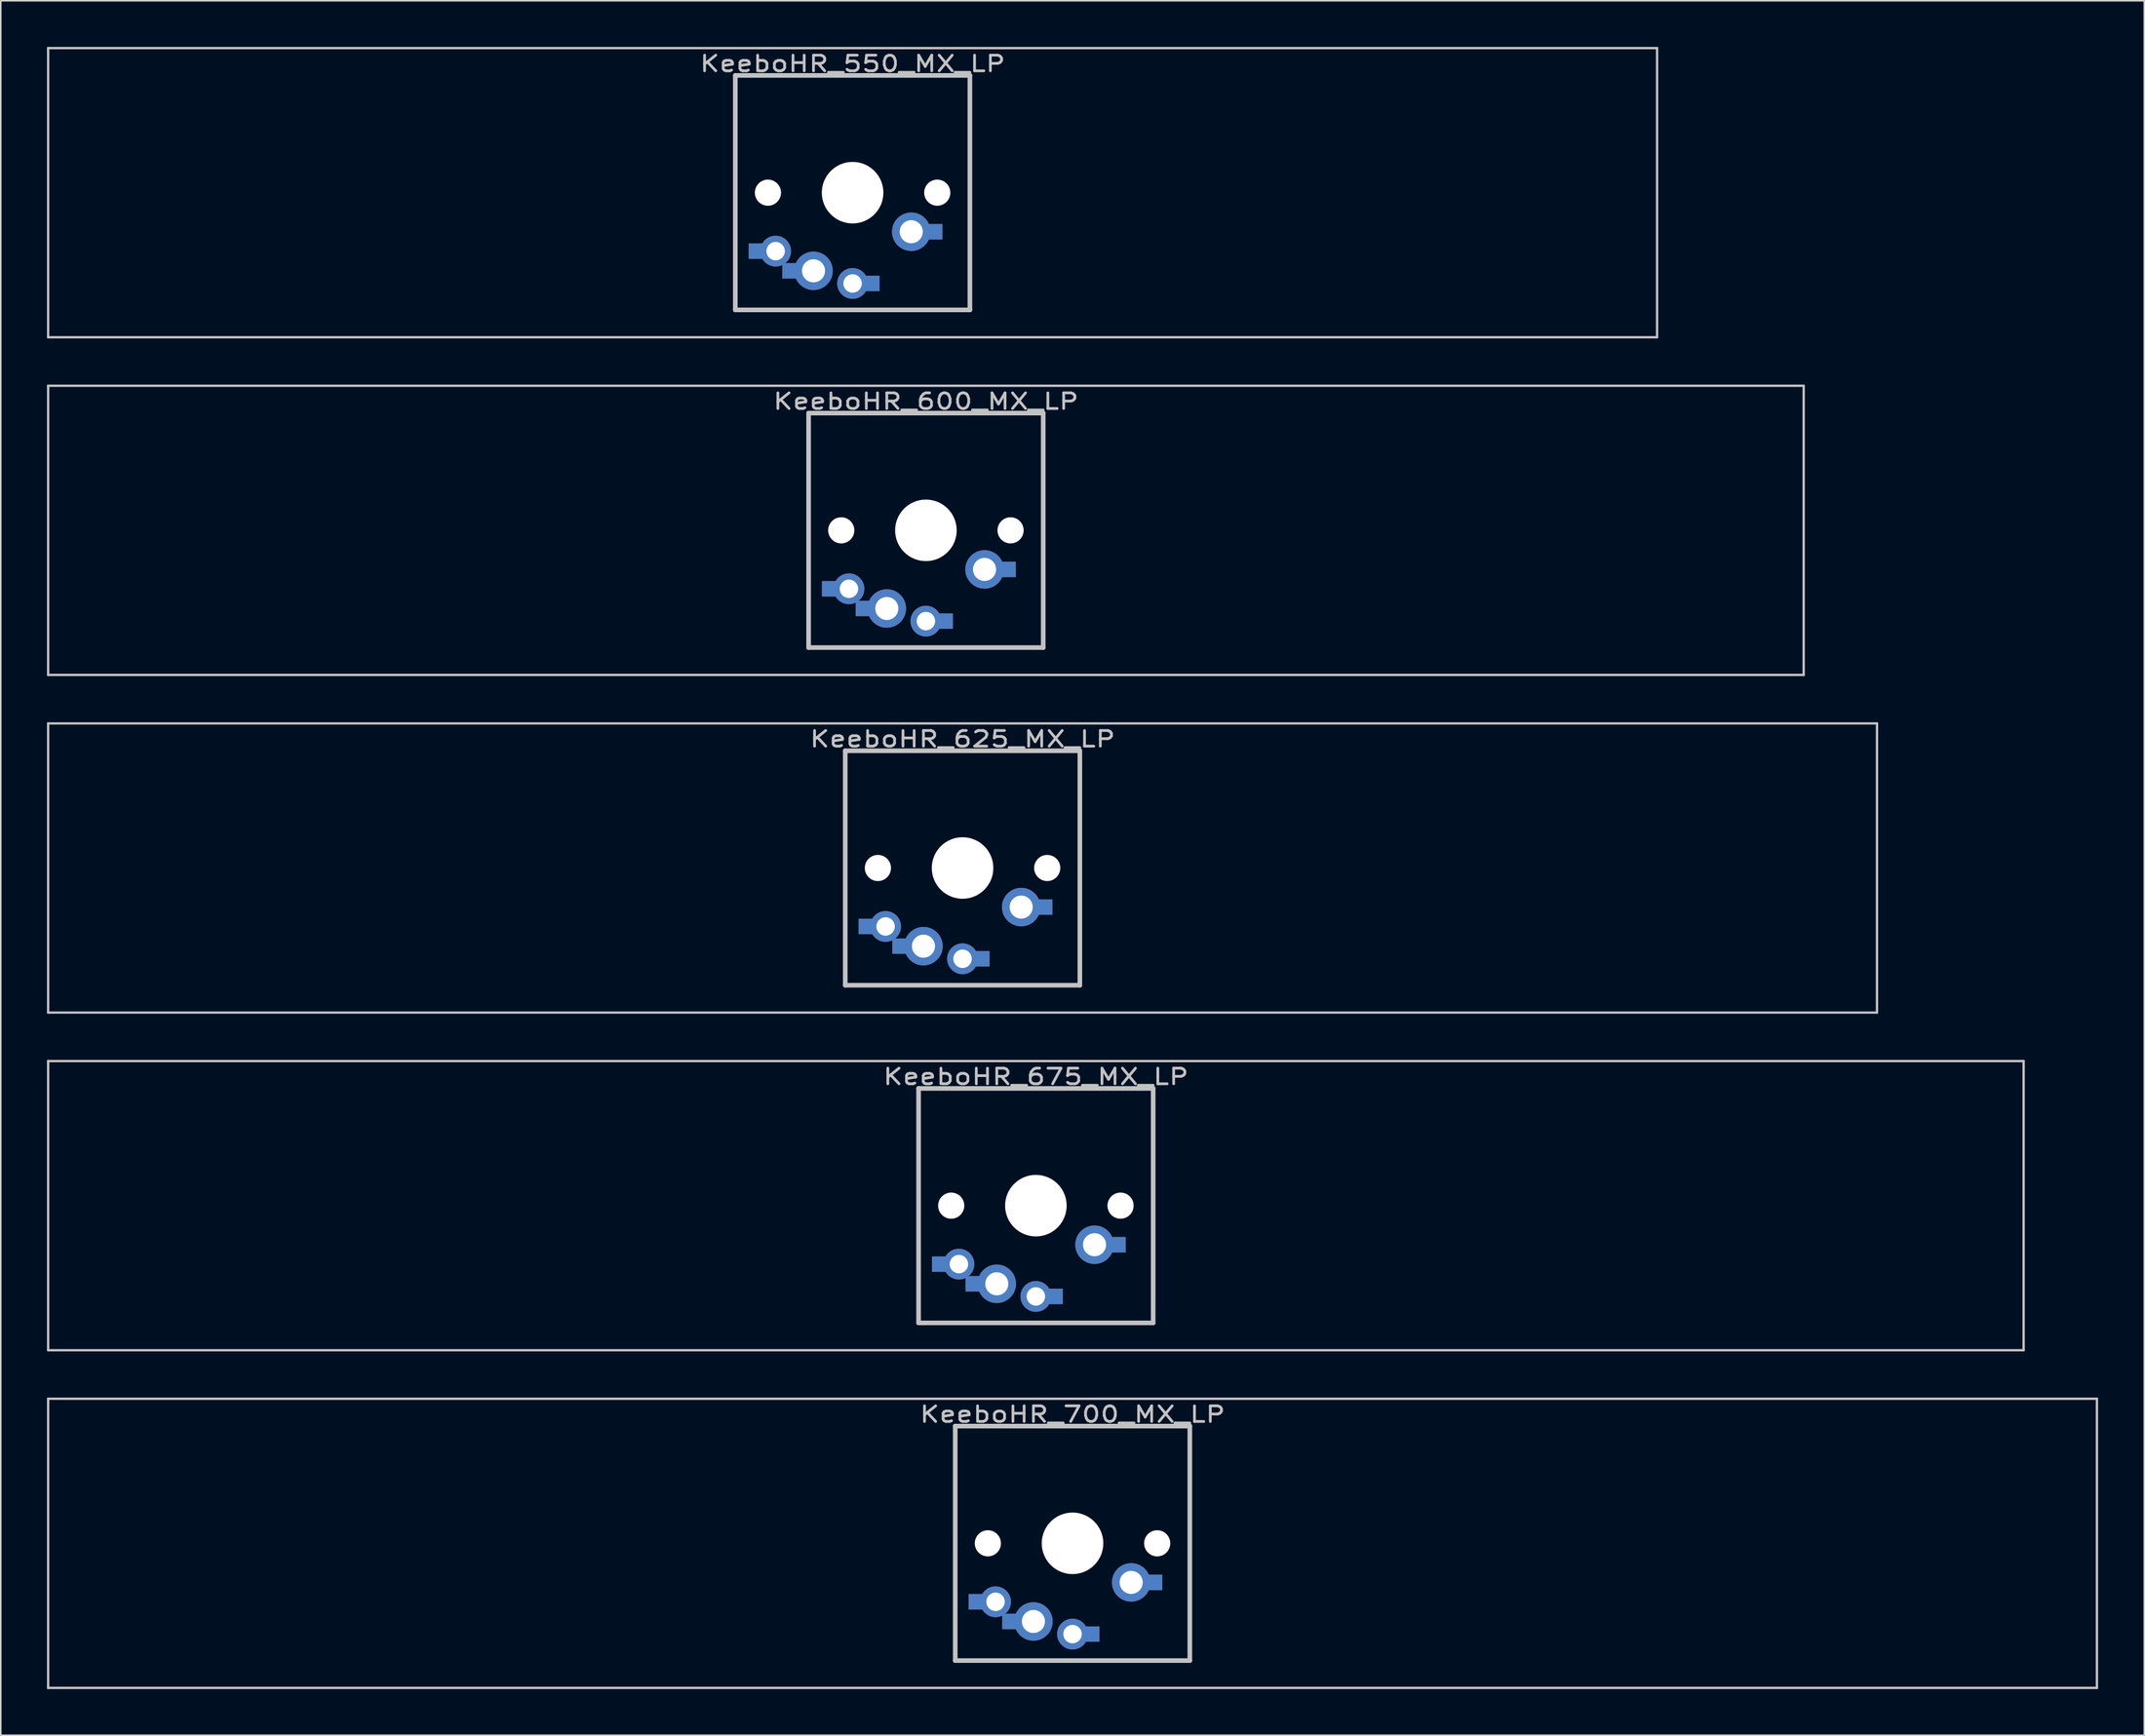
<source format=kicad_pcb>
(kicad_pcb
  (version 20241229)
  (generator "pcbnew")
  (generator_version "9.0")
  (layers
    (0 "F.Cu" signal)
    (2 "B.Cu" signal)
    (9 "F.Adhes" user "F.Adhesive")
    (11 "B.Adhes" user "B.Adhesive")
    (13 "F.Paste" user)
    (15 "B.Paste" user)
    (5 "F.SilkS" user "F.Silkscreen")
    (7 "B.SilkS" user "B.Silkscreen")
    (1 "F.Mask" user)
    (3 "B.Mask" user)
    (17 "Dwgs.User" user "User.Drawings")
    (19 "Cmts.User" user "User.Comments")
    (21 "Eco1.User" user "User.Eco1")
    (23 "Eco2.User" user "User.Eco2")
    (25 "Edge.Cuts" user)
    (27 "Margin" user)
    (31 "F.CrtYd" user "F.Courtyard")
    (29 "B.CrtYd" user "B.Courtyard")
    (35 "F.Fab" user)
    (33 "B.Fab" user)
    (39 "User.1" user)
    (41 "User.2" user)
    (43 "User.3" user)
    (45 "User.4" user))
  (footprint "KeeboHR_625_MX_LP"
    (layer "F.Cu")
    (at 59.48 53.371)
    (property "Reference" "KeeboHR_625_MX_LP" (at 0 -8.382 0) (layer "Dwgs.User") (effects (font (size 1.016 1.27) (thickness 0.178))))
    (attr through_hole)
    (fp_line (start -59.404 -9.398) (end 59.404 -9.398) (stroke (width 0.152) (type solid)) (layer "Dwgs.User"))
    (fp_line (start -59.404 9.398) (end -59.404 -9.398) (stroke (width 0.152) (type solid)) (layer "Dwgs.User"))
    (fp_line (start -7.62 -7.62) (end 7.62 -7.62) (stroke (width 0.3) (type solid)) (layer "Dwgs.User"))
    (fp_line (start -7.62 7.62) (end -7.62 -7.62) (stroke (width 0.3) (type solid)) (layer "Dwgs.User"))
    (fp_line (start 7.62 -7.62) (end 7.62 7.62) (stroke (width 0.3) (type solid)) (layer "Dwgs.User"))
    (fp_line (start 7.62 7.62) (end -7.62 7.62) (stroke (width 0.3) (type solid)) (layer "Dwgs.User"))
    (fp_line (start 59.404 -9.398) (end 59.404 9.398) (stroke (width 0.152) (type solid)) (layer "Dwgs.User"))
    (fp_line (start 59.404 9.398) (end -59.404 9.398) (stroke (width 0.152) (type solid)) (layer "Dwgs.User"))
    (pad "" np_thru_hole circle (at -5.5 0) (size 1.7 1.7) (drill 1.7) (layers "*.Cu" "*.Mask"))
    (pad "" np_thru_hole circle (at 0 0) (size 4 4) (drill 4) (layers "*.Cu" "*.Mask"))
    (pad "" np_thru_hole circle (at 5.5 0) (size 1.7 1.7) (drill 1.7) (layers "*.Cu" "*.Mask"))
    (pad "1" thru_hole circle (at 0 5.9) (size 2 2) (drill 1.2) (layers "*.Cu" "*.Mask"))
    (pad "1" smd rect (at 1.25 5.9) (size 1 1) (layers "*.Cu" "*.Mask"))
    (pad "1" thru_hole circle (at 3.81 2.54) (size 2.5 2.5) (drill 1.5) (layers "*.Cu" "*.Mask"))
    (pad "1" smd rect (at 5.334 2.54) (size 1 1) (layers "*.Cu" "*.Mask"))
    (pad "2" smd rect (at -6.25 3.8) (size 1 1) (layers "*.Cu" "*.Mask"))
    (pad "2" thru_hole circle (at -5 3.8) (size 2 2) (drill 1.2) (layers "*.Cu" "*.Mask"))
    (pad "2" smd rect (at -4.064 5.08) (size 1 1) (layers "*.Cu" "*.Mask"))
    (pad "2" thru_hole circle (at -2.54 5.08) (size 2.5 2.5) (drill 1.5) (layers "*.Cu" "*.Mask")))
  (footprint "KeeboHR_675_MX_LP"
    (layer "F.Cu")
    (at 64.243 75.319)
    (property "Reference" "KeeboHR_675_MX_LP" (at 0 -8.382 0) (layer "Dwgs.User") (effects (font (size 1.016 1.27) (thickness 0.178))))
    (attr through_hole)
    (fp_line (start -64.167 -9.398) (end 64.167 -9.398) (stroke (width 0.152) (type solid)) (layer "Dwgs.User"))
    (fp_line (start -64.167 9.398) (end -64.167 -9.398) (stroke (width 0.152) (type solid)) (layer "Dwgs.User"))
    (fp_line (start -7.62 -7.62) (end 7.62 -7.62) (stroke (width 0.3) (type solid)) (layer "Dwgs.User"))
    (fp_line (start -7.62 7.62) (end -7.62 -7.62) (stroke (width 0.3) (type solid)) (layer "Dwgs.User"))
    (fp_line (start 7.62 -7.62) (end 7.62 7.62) (stroke (width 0.3) (type solid)) (layer "Dwgs.User"))
    (fp_line (start 7.62 7.62) (end -7.62 7.62) (stroke (width 0.3) (type solid)) (layer "Dwgs.User"))
    (fp_line (start 64.167 -9.398) (end 64.167 9.398) (stroke (width 0.152) (type solid)) (layer "Dwgs.User"))
    (fp_line (start 64.167 9.398) (end -64.167 9.398) (stroke (width 0.152) (type solid)) (layer "Dwgs.User"))
    (pad "" np_thru_hole circle (at -5.5 0) (size 1.7 1.7) (drill 1.7) (layers "*.Cu" "*.Mask"))
    (pad "" np_thru_hole circle (at 0 0) (size 4 4) (drill 4) (layers "*.Cu" "*.Mask"))
    (pad "" np_thru_hole circle (at 5.5 0) (size 1.7 1.7) (drill 1.7) (layers "*.Cu" "*.Mask"))
    (pad "1" thru_hole circle (at 0 5.9) (size 2 2) (drill 1.2) (layers "*.Cu" "*.Mask"))
    (pad "1" smd rect (at 1.25 5.9) (size 1 1) (layers "*.Cu" "*.Mask"))
    (pad "1" thru_hole circle (at 3.81 2.54) (size 2.5 2.5) (drill 1.5) (layers "*.Cu" "*.Mask"))
    (pad "1" smd rect (at 5.334 2.54) (size 1 1) (layers "*.Cu" "*.Mask"))
    (pad "2" smd rect (at -6.25 3.8) (size 1 1) (layers "*.Cu" "*.Mask"))
    (pad "2" thru_hole circle (at -5 3.8) (size 2 2) (drill 1.2) (layers "*.Cu" "*.Mask"))
    (pad "2" smd rect (at -4.064 5.08) (size 1 1) (layers "*.Cu" "*.Mask"))
    (pad "2" thru_hole circle (at -2.54 5.08) (size 2.5 2.5) (drill 1.5) (layers "*.Cu" "*.Mask")))
  (footprint "KeeboHR_700_MX_LP"
    (layer "F.Cu")
    (at 66.624 97.268)
    (property "Reference" "KeeboHR_700_MX_LP" (at 0 -8.382 0) (layer "Dwgs.User") (effects (font (size 1.016 1.27) (thickness 0.178))))
    (attr through_hole)
    (fp_line (start -66.548 -9.398) (end 66.548 -9.398) (stroke (width 0.152) (type solid)) (layer "Dwgs.User"))
    (fp_line (start -66.548 9.398) (end -66.548 -9.398) (stroke (width 0.152) (type solid)) (layer "Dwgs.User"))
    (fp_line (start -7.62 -7.62) (end 7.62 -7.62) (stroke (width 0.3) (type solid)) (layer "Dwgs.User"))
    (fp_line (start -7.62 7.62) (end -7.62 -7.62) (stroke (width 0.3) (type solid)) (layer "Dwgs.User"))
    (fp_line (start 7.62 -7.62) (end 7.62 7.62) (stroke (width 0.3) (type solid)) (layer "Dwgs.User"))
    (fp_line (start 7.62 7.62) (end -7.62 7.62) (stroke (width 0.3) (type solid)) (layer "Dwgs.User"))
    (fp_line (start 66.548 -9.398) (end 66.548 9.398) (stroke (width 0.152) (type solid)) (layer "Dwgs.User"))
    (fp_line (start 66.548 9.398) (end -66.548 9.398) (stroke (width 0.152) (type solid)) (layer "Dwgs.User"))
    (pad "" np_thru_hole circle (at -5.5 0) (size 1.7 1.7) (drill 1.7) (layers "*.Cu" "*.Mask"))
    (pad "" np_thru_hole circle (at 0 0) (size 4 4) (drill 4) (layers "*.Cu" "*.Mask"))
    (pad "" np_thru_hole circle (at 5.5 0) (size 1.7 1.7) (drill 1.7) (layers "*.Cu" "*.Mask"))
    (pad "1" thru_hole circle (at 0 5.9) (size 2 2) (drill 1.2) (layers "*.Cu" "*.Mask"))
    (pad "1" smd rect (at 1.25 5.9) (size 1 1) (layers "*.Cu" "*.Mask"))
    (pad "1" thru_hole circle (at 3.81 2.54) (size 2.5 2.5) (drill 1.5) (layers "*.Cu" "*.Mask"))
    (pad "1" smd rect (at 5.334 2.54) (size 1 1) (layers "*.Cu" "*.Mask"))
    (pad "2" smd rect (at -6.25 3.8) (size 1 1) (layers "*.Cu" "*.Mask"))
    (pad "2" thru_hole circle (at -5 3.8) (size 2 2) (drill 1.2) (layers "*.Cu" "*.Mask"))
    (pad "2" smd rect (at -4.064 5.08) (size 1 1) (layers "*.Cu" "*.Mask"))
    (pad "2" thru_hole circle (at -2.54 5.08) (size 2.5 2.5) (drill 1.5) (layers "*.Cu" "*.Mask")))
  (footprint "KeeboHR_550_MX_LP"
    (layer "F.Cu")
    (at 52.337 9.474)
    (property "Reference" "KeeboHR_550_MX_LP" (at 0 -8.382 0) (layer "Dwgs.User") (effects (font (size 1.016 1.27) (thickness 0.178))))
    (attr through_hole)
    (fp_line (start -52.261 -9.398) (end 52.261 -9.398) (stroke (width 0.152) (type solid)) (layer "Dwgs.User"))
    (fp_line (start -52.261 9.398) (end -52.261 -9.398) (stroke (width 0.152) (type solid)) (layer "Dwgs.User"))
    (fp_line (start -7.62 -7.62) (end 7.62 -7.62) (stroke (width 0.3) (type solid)) (layer "Dwgs.User"))
    (fp_line (start -7.62 7.62) (end -7.62 -7.62) (stroke (width 0.3) (type solid)) (layer "Dwgs.User"))
    (fp_line (start 7.62 -7.62) (end 7.62 7.62) (stroke (width 0.3) (type solid)) (layer "Dwgs.User"))
    (fp_line (start 7.62 7.62) (end -7.62 7.62) (stroke (width 0.3) (type solid)) (layer "Dwgs.User"))
    (fp_line (start 52.261 -9.398) (end 52.261 9.398) (stroke (width 0.152) (type solid)) (layer "Dwgs.User"))
    (fp_line (start 52.261 9.398) (end -52.261 9.398) (stroke (width 0.152) (type solid)) (layer "Dwgs.User"))
    (pad "" np_thru_hole circle (at -5.5 0) (size 1.7 1.7) (drill 1.7) (layers "*.Cu" "*.Mask"))
    (pad "" np_thru_hole circle (at 0 0) (size 4 4) (drill 4) (layers "*.Cu" "*.Mask"))
    (pad "" np_thru_hole circle (at 5.5 0) (size 1.7 1.7) (drill 1.7) (layers "*.Cu" "*.Mask"))
    (pad "1" thru_hole circle (at 0 5.9) (size 2 2) (drill 1.2) (layers "*.Cu" "*.Mask"))
    (pad "1" smd rect (at 1.25 5.9) (size 1 1) (layers "*.Cu" "*.Mask"))
    (pad "1" thru_hole circle (at 3.81 2.54) (size 2.5 2.5) (drill 1.5) (layers "*.Cu" "*.Mask"))
    (pad "1" smd rect (at 5.334 2.54) (size 1 1) (layers "*.Cu" "*.Mask"))
    (pad "2" smd rect (at -6.25 3.8) (size 1 1) (layers "*.Cu" "*.Mask"))
    (pad "2" thru_hole circle (at -5 3.8) (size 2 2) (drill 1.2) (layers "*.Cu" "*.Mask"))
    (pad "2" smd rect (at -4.064 5.08) (size 1 1) (layers "*.Cu" "*.Mask"))
    (pad "2" thru_hole circle (at -2.54 5.08) (size 2.5 2.5) (drill 1.5) (layers "*.Cu" "*.Mask")))
  (footprint "KeeboHR_600_MX_LP"
    (layer "F.Cu")
    (at 57.099 31.423)
    (property "Reference" "KeeboHR_600_MX_LP" (at 0 -8.382 0) (layer "Dwgs.User") (effects (font (size 1.016 1.27) (thickness 0.178))))
    (attr through_hole)
    (fp_line (start -57.023 -9.398) (end 57.023 -9.398) (stroke (width 0.152) (type solid)) (layer "Dwgs.User"))
    (fp_line (start -57.023 9.398) (end -57.023 -9.398) (stroke (width 0.152) (type solid)) (layer "Dwgs.User"))
    (fp_line (start -7.62 -7.62) (end 7.62 -7.62) (stroke (width 0.3) (type solid)) (layer "Dwgs.User"))
    (fp_line (start -7.62 7.62) (end -7.62 -7.62) (stroke (width 0.3) (type solid)) (layer "Dwgs.User"))
    (fp_line (start 7.62 -7.62) (end 7.62 7.62) (stroke (width 0.3) (type solid)) (layer "Dwgs.User"))
    (fp_line (start 7.62 7.62) (end -7.62 7.62) (stroke (width 0.3) (type solid)) (layer "Dwgs.User"))
    (fp_line (start 57.023 -9.398) (end 57.023 9.398) (stroke (width 0.152) (type solid)) (layer "Dwgs.User"))
    (fp_line (start 57.023 9.398) (end -57.023 9.398) (stroke (width 0.152) (type solid)) (layer "Dwgs.User"))
    (pad "" np_thru_hole circle (at -5.5 0) (size 1.7 1.7) (drill 1.7) (layers "*.Cu" "*.Mask"))
    (pad "" np_thru_hole circle (at 0 0) (size 4 4) (drill 4) (layers "*.Cu" "*.Mask"))
    (pad "" np_thru_hole circle (at 5.5 0) (size 1.7 1.7) (drill 1.7) (layers "*.Cu" "*.Mask"))
    (pad "1" thru_hole circle (at 0 5.9) (size 2 2) (drill 1.2) (layers "*.Cu" "*.Mask"))
    (pad "1" smd rect (at 1.25 5.9) (size 1 1) (layers "*.Cu" "*.Mask"))
    (pad "1" thru_hole circle (at 3.81 2.54) (size 2.5 2.5) (drill 1.5) (layers "*.Cu" "*.Mask"))
    (pad "1" smd rect (at 5.334 2.54) (size 1 1) (layers "*.Cu" "*.Mask"))
    (pad "2" smd rect (at -6.25 3.8) (size 1 1) (layers "*.Cu" "*.Mask"))
    (pad "2" thru_hole circle (at -5 3.8) (size 2 2) (drill 1.2) (layers "*.Cu" "*.Mask"))
    (pad "2" smd rect (at -4.064 5.08) (size 1 1) (layers "*.Cu" "*.Mask"))
    (pad "2" thru_hole circle (at -2.54 5.08) (size 2.5 2.5) (drill 1.5) (layers "*.Cu" "*.Mask")))
  (gr_rect
    (start -3 -3)
    (end 136.248 109.742)
    (stroke (width 0.1) (type default))
    (fill no)
    (layer "Edge.Cuts")))
</source>
